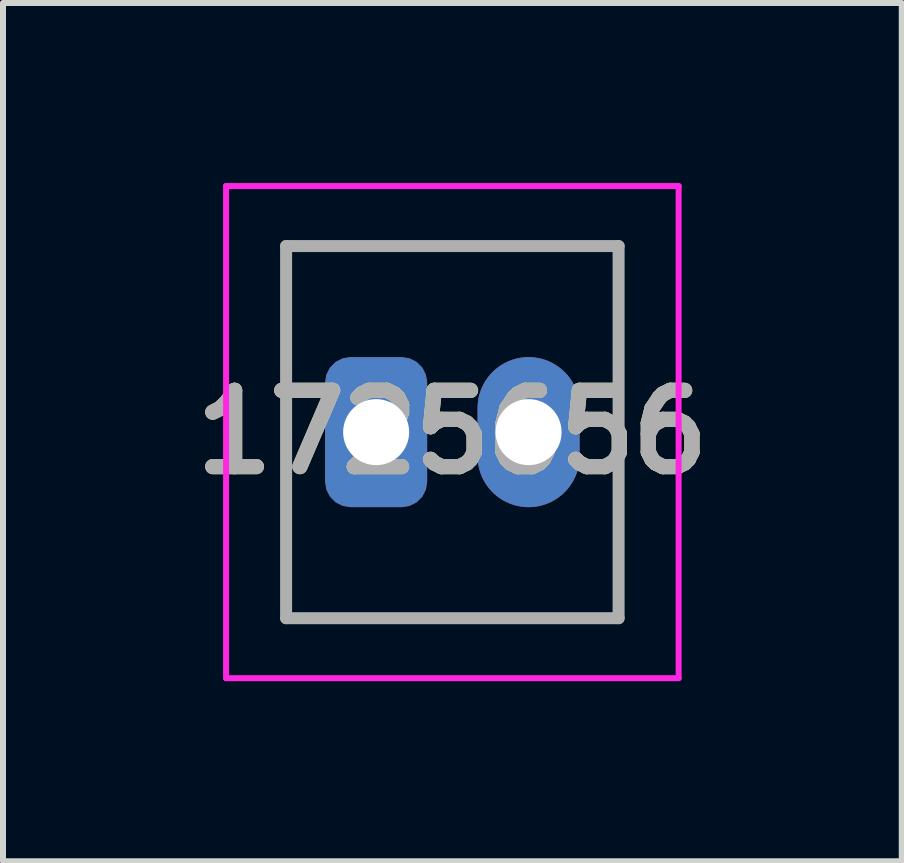
<source format=kicad_pcb>
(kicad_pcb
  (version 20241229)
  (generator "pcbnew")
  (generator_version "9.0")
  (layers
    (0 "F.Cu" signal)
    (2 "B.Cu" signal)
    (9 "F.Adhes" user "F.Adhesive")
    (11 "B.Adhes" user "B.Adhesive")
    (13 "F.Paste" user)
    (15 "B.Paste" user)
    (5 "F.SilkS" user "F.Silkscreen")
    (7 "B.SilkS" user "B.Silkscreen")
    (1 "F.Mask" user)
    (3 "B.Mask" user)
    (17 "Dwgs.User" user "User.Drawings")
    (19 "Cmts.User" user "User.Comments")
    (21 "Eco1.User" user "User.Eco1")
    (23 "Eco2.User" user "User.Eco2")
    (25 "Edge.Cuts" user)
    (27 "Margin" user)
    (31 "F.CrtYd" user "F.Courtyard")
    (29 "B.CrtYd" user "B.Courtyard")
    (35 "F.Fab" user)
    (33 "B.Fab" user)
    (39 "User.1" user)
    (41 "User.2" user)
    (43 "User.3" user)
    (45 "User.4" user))
  (footprint "1725656"
    (layer "F.Cu")
    (at 4.487 7.25)
    (property "Reference" "1725656" (at 0 -3.1 0) (layer "F.SilkS") (effects (font (size 1.27 1.27) (thickness 0.254))))
    (attr through_hole)
    (fp_line (start -2.77 -6.2) (end 2.77 -6.2) (stroke (width 0.1) (type solid)) (layer "F.SilkS"))
    (fp_line (start -2.77 0) (end -2.77 -6.2) (stroke (width 0.1) (type solid)) (layer "F.SilkS"))
    (fp_line (start -2 0) (end -2.77 0) (stroke (width 0.1) (type solid)) (layer "F.SilkS"))
    (fp_line (start -0.5 0) (end 0.5 0) (stroke (width 0.1) (type solid)) (layer "F.SilkS"))
    (fp_line (start 2.77 -6.2) (end 2.77 0) (stroke (width 0.1) (type solid)) (layer "F.SilkS"))
    (fp_line (start 2.77 0) (end 2 0) (stroke (width 0.1) (type solid)) (layer "F.SilkS"))
    (fp_line (start -3.77 -7.2) (end 3.77 -7.2) (stroke (width 0.1) (type solid)) (layer "F.CrtYd"))
    (fp_line (start -3.77 1) (end -3.77 -7.2) (stroke (width 0.1) (type solid)) (layer "F.CrtYd"))
    (fp_line (start 3.77 -7.2) (end 3.77 1) (stroke (width 0.1) (type solid)) (layer "F.CrtYd"))
    (fp_line (start 3.77 1) (end -3.77 1) (stroke (width 0.1) (type solid)) (layer "F.CrtYd"))
    (fp_line (start -2.77 -6.2) (end 2.77 -6.2) (stroke (width 0.2) (type solid)) (layer "F.Fab"))
    (fp_line (start -2.77 0) (end -2.77 -6.2) (stroke (width 0.2) (type solid)) (layer "F.Fab"))
    (fp_line (start 2.77 -6.2) (end 2.77 0) (stroke (width 0.2) (type solid)) (layer "F.Fab"))
    (fp_line (start 2.77 0) (end -2.77 0) (stroke (width 0.2) (type solid)) (layer "F.Fab"))
    (fp_text user "${REFERENCE}" (at 0 -3.1 0) (layer "F.Fab") (effects (font (size 1.27 1.27) (thickness 0.254))))
    (pad "" np_thru_hole circle (at -1.27 -0.56) (size 0.001 0.001) (drill 1.1) (layers "*.Cu" "*.Mask"))
    (pad "" np_thru_hole circle (at 1.27 -0.56) (size 0.001 0.001) (drill 1.1) (layers "*.Cu" "*.Mask"))
    (pad "1" thru_hole roundrect (at -1.27 -3.1 90) (size 2.5 1.7) (drill 1.1) (layers "*.Cu" "*.Mask") (roundrect_rratio 0.25))
    (pad "2" thru_hole oval (at 1.27 -3.1 90) (size 2.5 1.7) (drill 1.1) (layers "*.Cu" "*.Mask")))
  (gr_rect
    (start -3 -3)
    (end 11.975 11.3)
    (stroke (width 0.1) (type default))
    (fill no)
    (layer "Edge.Cuts")))
</source>
